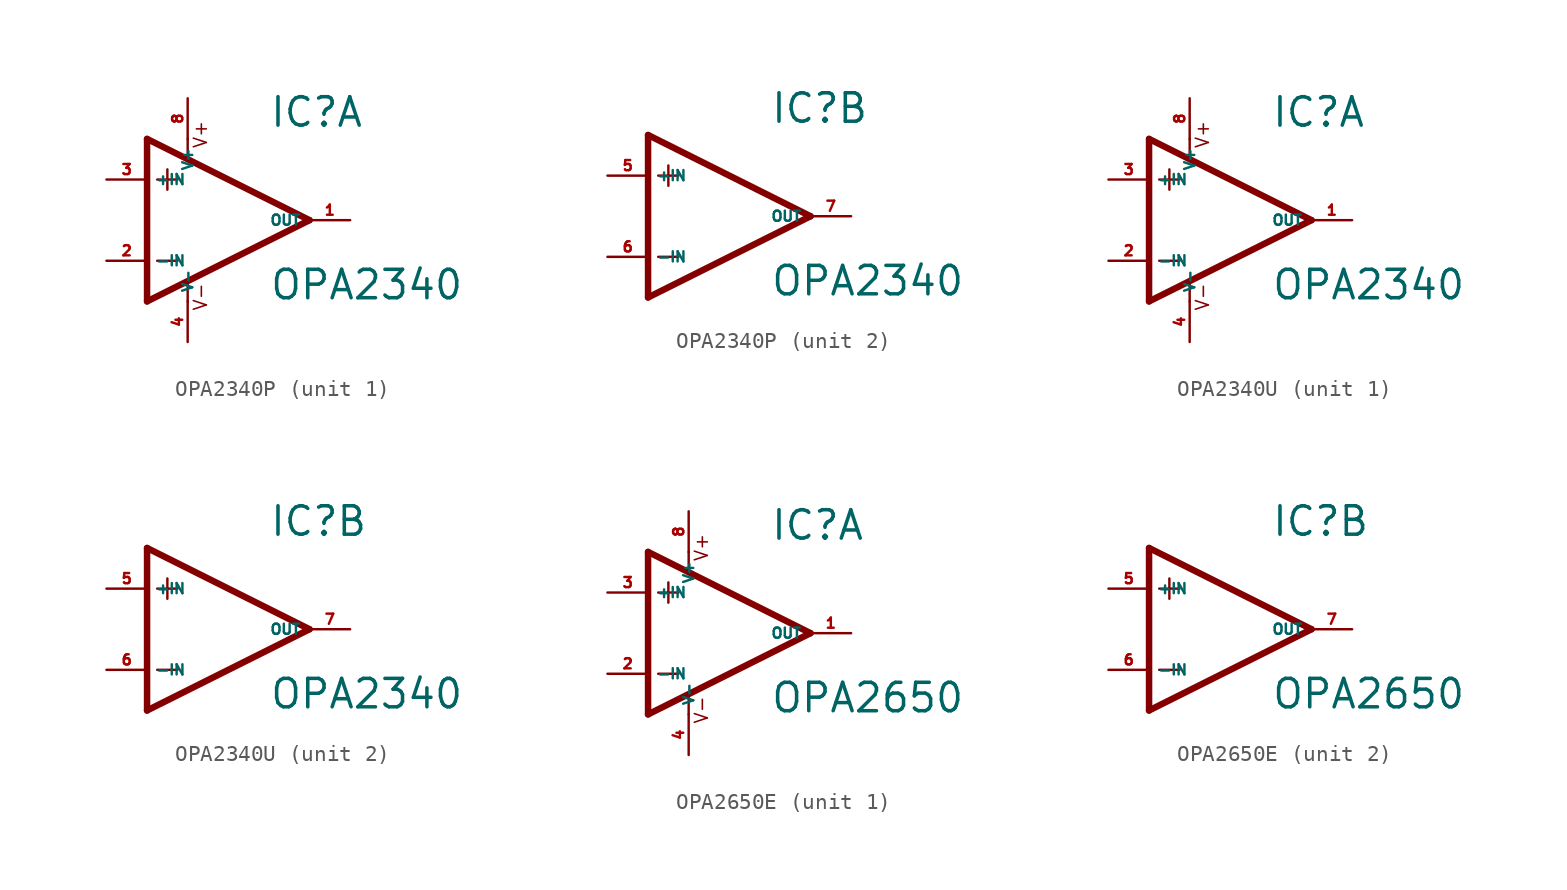
<source format=kicad_sym>
(kicad_symbol_lib
  (version 20220914)
  (generator Eagle2Kicad)
  (symbol "OPA2340P"
    (property "Reference" "IC"
      (at 2.54 5.715 0)
      (effects (font (size 1.778 1.778) (thickness 0.22)) (justify left bottom)))
    (property "Value" "OPA2340"
      (at 2.54 -5.08 0)
      (effects (font (size 1.778 1.778) (thickness 0.22)) (justify left bottom)))
    (symbol "OPA2340P_1_0"
      (polyline (pts (xy -3.81 3.175) (xy -3.81 1.905)) (stroke (width 0.152) (type default)) (fill (type none)))
      (polyline (pts (xy -4.445 2.54) (xy -3.175 2.54)) (stroke (width 0.152) (type default)) (fill (type none)))
      (polyline (pts (xy -4.445 -2.54) (xy -3.175 -2.54)) (stroke (width 0.152) (type default)) (fill (type none)))
      (polyline (pts (xy -2.54 5.08) (xy -2.54 3.886)) (stroke (width 0.152) (type default)) (fill (type none)))
      (polyline (pts (xy -2.54 -3.912) (xy -2.54 -5.08)) (stroke (width 0.152) (type default)) (fill (type none)))
      (polyline (pts (xy 5.08 0) (xy -5.08 5.08)) (stroke (width 0.406) (type default)) (fill (type none)))
      (polyline (pts (xy -5.08 5.08) (xy -5.08 -5.08)) (stroke (width 0.406) (type default)) (fill (type none)))
      (polyline (pts (xy -5.08 -5.08) (xy 5.08 0)) (stroke (width 0.406) (type default)) (fill (type none)))
      (text "V+" (at -1.27 4.445 900) (effects (font (size 0.813 0.813) (thickness 0.10)) (justify left bottom)))
      (text "V-" (at -1.27 -5.715 900) (effects (font (size 0.813 0.813) (thickness 0.10)) (justify left bottom)))
      (pin input line (at -7.62 -2.54 0) (length 2.54) (name "-IN" (effects (font (size 0.635 0.635) (thickness 0.08)) (justify left bottom))) (number "2" (effects (font (size 0.635 0.635) (thickness 0.08)) (justify left bottom))))
      (pin input line (at -7.62 2.54 0) (length 2.54) (name "+IN" (effects (font (size 0.635 0.635) (thickness 0.08)) (justify left bottom))) (number "3" (effects (font (size 0.635 0.635) (thickness 0.08)) (justify left bottom))))
      (pin output line (at 7.62 0 180) (length 2.54) (name "OUT" (effects (font (size 0.635 0.635) (thickness 0.08)) (justify left bottom))) (number "1" (effects (font (size 0.635 0.635) (thickness 0.08)) (justify left bottom))))
      (pin unspecified line (at -2.54 7.62 270) (length 2.54) (name "V+" (effects (font (size 0.635 0.635) (thickness 0.08)) (justify left bottom))) (number "8" (effects (font (size 0.635 0.635) (thickness 0.08)) (justify left bottom))))
      (pin unspecified line (at -2.54 -7.62 90) (length 2.54) (name "V-" (effects (font (size 0.635 0.635) (thickness 0.08)) (justify left bottom))) (number "4" (effects (font (size 0.635 0.635) (thickness 0.08)) (justify left bottom)))))
    (symbol "OPA2340P_2_0"
      (polyline (pts (xy -3.81 3.175) (xy -3.81 1.905)) (stroke (width 0.152) (type default)) (fill (type none)))
      (polyline (pts (xy -4.445 2.54) (xy -3.175 2.54)) (stroke (width 0.152) (type default)) (fill (type none)))
      (polyline (pts (xy -4.445 -2.54) (xy -3.175 -2.54)) (stroke (width 0.152) (type default)) (fill (type none)))
      (polyline (pts (xy 5.08 0) (xy -5.08 5.08)) (stroke (width 0.406) (type default)) (fill (type none)))
      (polyline (pts (xy -5.08 5.08) (xy -5.08 -5.08)) (stroke (width 0.406) (type default)) (fill (type none)))
      (polyline (pts (xy -5.08 -5.08) (xy 5.08 0)) (stroke (width 0.406) (type default)) (fill (type none)))
      (pin input line (at -7.62 -2.54 0) (length 2.54) (name "-IN" (effects (font (size 0.635 0.635) (thickness 0.08)) (justify left bottom))) (number "6" (effects (font (size 0.635 0.635) (thickness 0.08)) (justify left bottom))))
      (pin input line (at -7.62 2.54 0) (length 2.54) (name "+IN" (effects (font (size 0.635 0.635) (thickness 0.08)) (justify left bottom))) (number "5" (effects (font (size 0.635 0.635) (thickness 0.08)) (justify left bottom))))
      (pin output line (at 7.62 0 180) (length 2.54) (name "OUT" (effects (font (size 0.635 0.635) (thickness 0.08)) (justify left bottom))) (number "7" (effects (font (size 0.635 0.635) (thickness 0.08)) (justify left bottom))))))
  (symbol "OPA2340U"
    (property "Reference" "IC"
      (at 2.54 5.715 0)
      (effects (font (size 1.778 1.778) (thickness 0.22)) (justify left bottom)))
    (property "Value" "OPA2340"
      (at 2.54 -5.08 0)
      (effects (font (size 1.778 1.778) (thickness 0.22)) (justify left bottom)))
    (symbol "OPA2340U_1_0"
      (polyline (pts (xy -3.81 3.175) (xy -3.81 1.905)) (stroke (width 0.152) (type default)) (fill (type none)))
      (polyline (pts (xy -4.445 2.54) (xy -3.175 2.54)) (stroke (width 0.152) (type default)) (fill (type none)))
      (polyline (pts (xy -4.445 -2.54) (xy -3.175 -2.54)) (stroke (width 0.152) (type default)) (fill (type none)))
      (polyline (pts (xy -2.54 5.08) (xy -2.54 3.886)) (stroke (width 0.152) (type default)) (fill (type none)))
      (polyline (pts (xy -2.54 -3.912) (xy -2.54 -5.08)) (stroke (width 0.152) (type default)) (fill (type none)))
      (polyline (pts (xy 5.08 0) (xy -5.08 5.08)) (stroke (width 0.406) (type default)) (fill (type none)))
      (polyline (pts (xy -5.08 5.08) (xy -5.08 -5.08)) (stroke (width 0.406) (type default)) (fill (type none)))
      (polyline (pts (xy -5.08 -5.08) (xy 5.08 0)) (stroke (width 0.406) (type default)) (fill (type none)))
      (text "V+" (at -1.27 4.445 900) (effects (font (size 0.813 0.813) (thickness 0.10)) (justify left bottom)))
      (text "V-" (at -1.27 -5.715 900) (effects (font (size 0.813 0.813) (thickness 0.10)) (justify left bottom)))
      (pin input line (at -7.62 -2.54 0) (length 2.54) (name "-IN" (effects (font (size 0.635 0.635) (thickness 0.08)) (justify left bottom))) (number "2" (effects (font (size 0.635 0.635) (thickness 0.08)) (justify left bottom))))
      (pin input line (at -7.62 2.54 0) (length 2.54) (name "+IN" (effects (font (size 0.635 0.635) (thickness 0.08)) (justify left bottom))) (number "3" (effects (font (size 0.635 0.635) (thickness 0.08)) (justify left bottom))))
      (pin output line (at 7.62 0 180) (length 2.54) (name "OUT" (effects (font (size 0.635 0.635) (thickness 0.08)) (justify left bottom))) (number "1" (effects (font (size 0.635 0.635) (thickness 0.08)) (justify left bottom))))
      (pin unspecified line (at -2.54 7.62 270) (length 2.54) (name "V+" (effects (font (size 0.635 0.635) (thickness 0.08)) (justify left bottom))) (number "8" (effects (font (size 0.635 0.635) (thickness 0.08)) (justify left bottom))))
      (pin unspecified line (at -2.54 -7.62 90) (length 2.54) (name "V-" (effects (font (size 0.635 0.635) (thickness 0.08)) (justify left bottom))) (number "4" (effects (font (size 0.635 0.635) (thickness 0.08)) (justify left bottom)))))
    (symbol "OPA2340U_2_0"
      (polyline (pts (xy -3.81 3.175) (xy -3.81 1.905)) (stroke (width 0.152) (type default)) (fill (type none)))
      (polyline (pts (xy -4.445 2.54) (xy -3.175 2.54)) (stroke (width 0.152) (type default)) (fill (type none)))
      (polyline (pts (xy -4.445 -2.54) (xy -3.175 -2.54)) (stroke (width 0.152) (type default)) (fill (type none)))
      (polyline (pts (xy 5.08 0) (xy -5.08 5.08)) (stroke (width 0.406) (type default)) (fill (type none)))
      (polyline (pts (xy -5.08 5.08) (xy -5.08 -5.08)) (stroke (width 0.406) (type default)) (fill (type none)))
      (polyline (pts (xy -5.08 -5.08) (xy 5.08 0)) (stroke (width 0.406) (type default)) (fill (type none)))
      (pin input line (at -7.62 -2.54 0) (length 2.54) (name "-IN" (effects (font (size 0.635 0.635) (thickness 0.08)) (justify left bottom))) (number "6" (effects (font (size 0.635 0.635) (thickness 0.08)) (justify left bottom))))
      (pin input line (at -7.62 2.54 0) (length 2.54) (name "+IN" (effects (font (size 0.635 0.635) (thickness 0.08)) (justify left bottom))) (number "5" (effects (font (size 0.635 0.635) (thickness 0.08)) (justify left bottom))))
      (pin output line (at 7.62 0 180) (length 2.54) (name "OUT" (effects (font (size 0.635 0.635) (thickness 0.08)) (justify left bottom))) (number "7" (effects (font (size 0.635 0.635) (thickness 0.08)) (justify left bottom))))))
  (symbol "OPA2650E"
    (property "Reference" "IC"
      (at 2.54 5.715 0)
      (effects (font (size 1.778 1.778) (thickness 0.22)) (justify left bottom)))
    (property "Value" "OPA2650"
      (at 2.54 -5.08 0)
      (effects (font (size 1.778 1.778) (thickness 0.22)) (justify left bottom)))
    (symbol "OPA2650E_1_0"
      (polyline (pts (xy -3.81 3.175) (xy -3.81 1.905)) (stroke (width 0.152) (type default)) (fill (type none)))
      (polyline (pts (xy -4.445 2.54) (xy -3.175 2.54)) (stroke (width 0.152) (type default)) (fill (type none)))
      (polyline (pts (xy -4.445 -2.54) (xy -3.175 -2.54)) (stroke (width 0.152) (type default)) (fill (type none)))
      (polyline (pts (xy -2.54 5.08) (xy -2.54 3.886)) (stroke (width 0.152) (type default)) (fill (type none)))
      (polyline (pts (xy -2.54 -3.912) (xy -2.54 -5.08)) (stroke (width 0.152) (type default)) (fill (type none)))
      (polyline (pts (xy 5.08 0) (xy -5.08 5.08)) (stroke (width 0.406) (type default)) (fill (type none)))
      (polyline (pts (xy -5.08 5.08) (xy -5.08 -5.08)) (stroke (width 0.406) (type default)) (fill (type none)))
      (polyline (pts (xy -5.08 -5.08) (xy 5.08 0)) (stroke (width 0.406) (type default)) (fill (type none)))
      (text "V+" (at -1.27 4.445 900) (effects (font (size 0.813 0.813) (thickness 0.10)) (justify left bottom)))
      (text "V-" (at -1.27 -5.715 900) (effects (font (size 0.813 0.813) (thickness 0.10)) (justify left bottom)))
      (pin input line (at -7.62 -2.54 0) (length 2.54) (name "-IN" (effects (font (size 0.635 0.635) (thickness 0.08)) (justify left bottom))) (number "2" (effects (font (size 0.635 0.635) (thickness 0.08)) (justify left bottom))))
      (pin input line (at -7.62 2.54 0) (length 2.54) (name "+IN" (effects (font (size 0.635 0.635) (thickness 0.08)) (justify left bottom))) (number "3" (effects (font (size 0.635 0.635) (thickness 0.08)) (justify left bottom))))
      (pin output line (at 7.62 0 180) (length 2.54) (name "OUT" (effects (font (size 0.635 0.635) (thickness 0.08)) (justify left bottom))) (number "1" (effects (font (size 0.635 0.635) (thickness 0.08)) (justify left bottom))))
      (pin unspecified line (at -2.54 7.62 270) (length 2.54) (name "V+" (effects (font (size 0.635 0.635) (thickness 0.08)) (justify left bottom))) (number "8" (effects (font (size 0.635 0.635) (thickness 0.08)) (justify left bottom))))
      (pin unspecified line (at -2.54 -7.62 90) (length 2.54) (name "V-" (effects (font (size 0.635 0.635) (thickness 0.08)) (justify left bottom))) (number "4" (effects (font (size 0.635 0.635) (thickness 0.08)) (justify left bottom)))))
    (symbol "OPA2650E_2_0"
      (polyline (pts (xy -3.81 3.175) (xy -3.81 1.905)) (stroke (width 0.152) (type default)) (fill (type none)))
      (polyline (pts (xy -4.445 2.54) (xy -3.175 2.54)) (stroke (width 0.152) (type default)) (fill (type none)))
      (polyline (pts (xy -4.445 -2.54) (xy -3.175 -2.54)) (stroke (width 0.152) (type default)) (fill (type none)))
      (polyline (pts (xy 5.08 0) (xy -5.08 5.08)) (stroke (width 0.406) (type default)) (fill (type none)))
      (polyline (pts (xy -5.08 5.08) (xy -5.08 -5.08)) (stroke (width 0.406) (type default)) (fill (type none)))
      (polyline (pts (xy -5.08 -5.08) (xy 5.08 0)) (stroke (width 0.406) (type default)) (fill (type none)))
      (pin input line (at -7.62 -2.54 0) (length 2.54) (name "-IN" (effects (font (size 0.635 0.635) (thickness 0.08)) (justify left bottom))) (number "6" (effects (font (size 0.635 0.635) (thickness 0.08)) (justify left bottom))))
      (pin input line (at -7.62 2.54 0) (length 2.54) (name "+IN" (effects (font (size 0.635 0.635) (thickness 0.08)) (justify left bottom))) (number "5" (effects (font (size 0.635 0.635) (thickness 0.08)) (justify left bottom))))
      (pin output line (at 7.62 0 180) (length 2.54) (name "OUT" (effects (font (size 0.635 0.635) (thickness 0.08)) (justify left bottom))) (number "7" (effects (font (size 0.635 0.635) (thickness 0.08)) (justify left bottom)))))))
</source>
